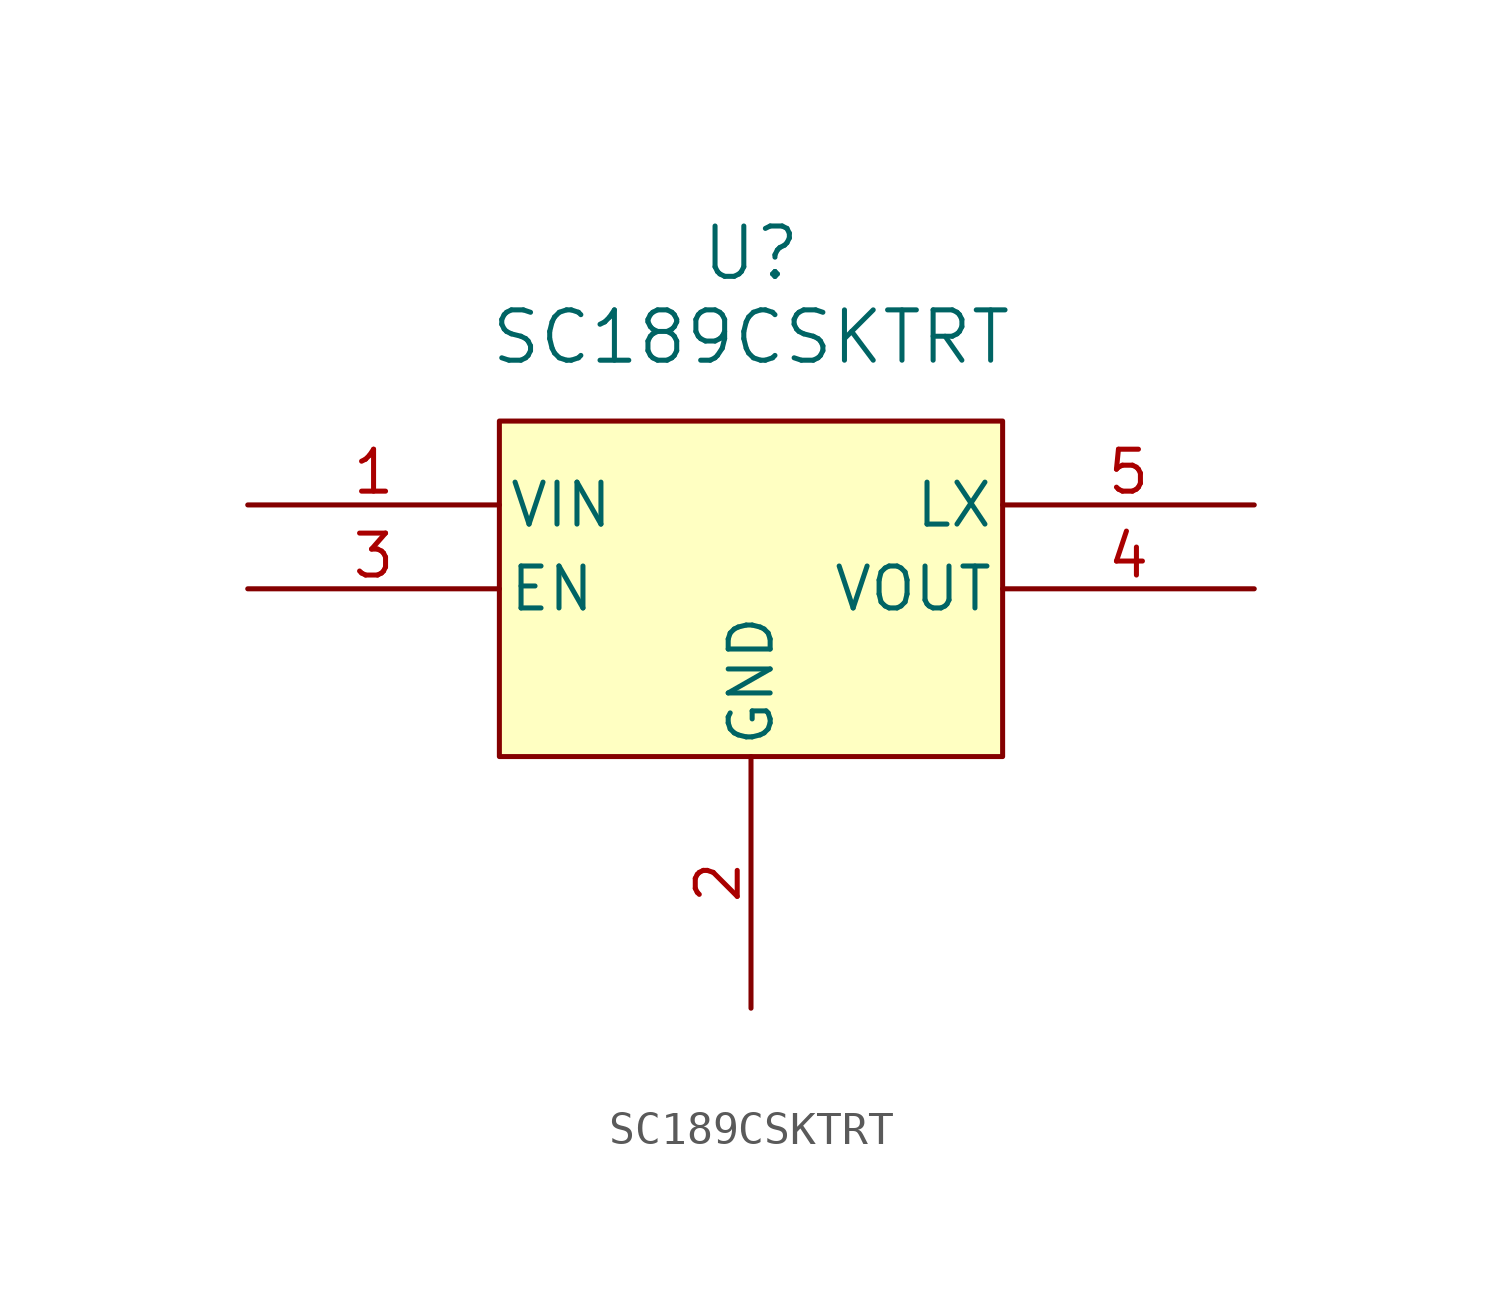
<source format=kicad_sym>
(kicad_symbol_lib
  (version 20241209)
  (generator "kicad_symbol_editor")
  (generator_version "9.0")
  (symbol "SC189CSKTRT"
    (pin_names
      (offset 0.254))
    (property "Reference" "U"
      (at 20.32 10.16 0)
      (effects (font (size 1.524 1.524))))
    (property "Value" "SC189CSKTRT"
      (at 20.32 7.62 0)
      (effects (font (size 1.524 1.524))))
    (property "ki_locked" ""
      (at 0 0 0)
      (effects (font (size 1.27 1.27))))
    (symbol "SC189CSKTRT_0_1"
      (pin power_out line (at 35.56 0 180) (length 7.62) (name "VOUT" (effects (font (size 1.27 1.27)))) (number "4" (effects (font (size 1.27 1.27))))))
    (symbol "SC189CSKTRT_1_1"
      (rectangle (start 12.7 5.08) (end 27.94 -5.08) (stroke (width 0) (type default)) (fill (type background)))
      (pin power_in line (at 5.08 2.54 0) (length 7.62) (name "VIN" (effects (font (size 1.27 1.27)))) (number "1" (effects (font (size 1.27 1.27)))))
      (pin input line (at 5.08 0 0) (length 7.62) (name "EN" (effects (font (size 1.27 1.27)))) (number "3" (effects (font (size 1.27 1.27)))))
      (pin power_in line (at 20.32 -12.7 90) (length 7.62) (name "GND" (effects (font (size 1.27 1.27)))) (number "2" (effects (font (size 1.27 1.27)))))
      (pin passive line (at 35.56 2.54 180) (length 7.62) (name "LX" (effects (font (size 1.27 1.27)))) (number "5" (effects (font (size 1.27 1.27))))))))
</source>
